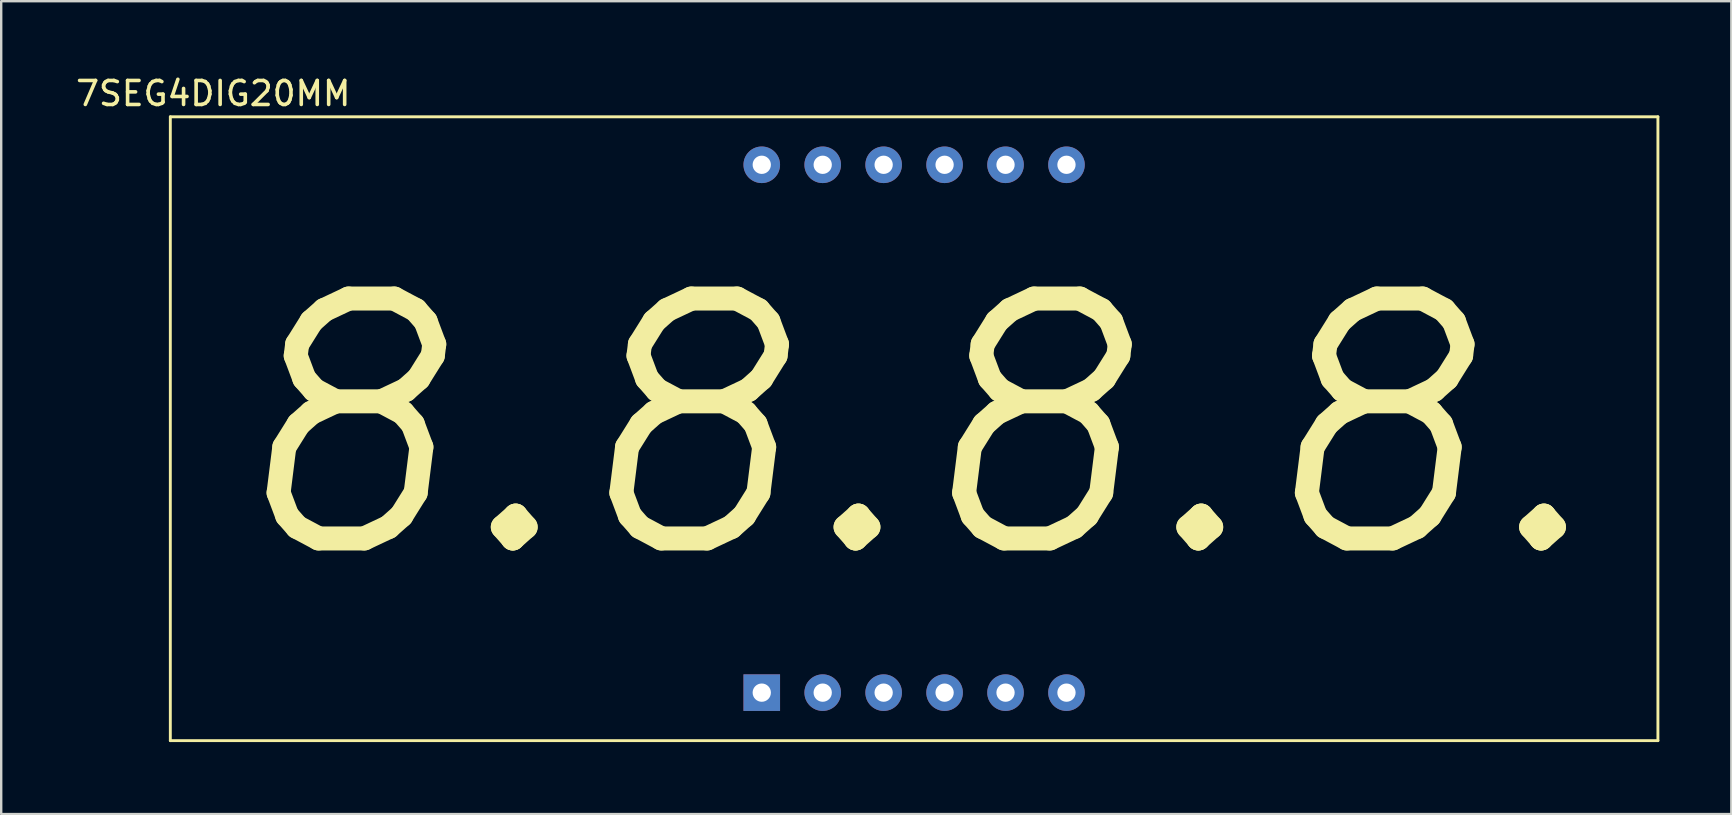
<source format=kicad_pcb>
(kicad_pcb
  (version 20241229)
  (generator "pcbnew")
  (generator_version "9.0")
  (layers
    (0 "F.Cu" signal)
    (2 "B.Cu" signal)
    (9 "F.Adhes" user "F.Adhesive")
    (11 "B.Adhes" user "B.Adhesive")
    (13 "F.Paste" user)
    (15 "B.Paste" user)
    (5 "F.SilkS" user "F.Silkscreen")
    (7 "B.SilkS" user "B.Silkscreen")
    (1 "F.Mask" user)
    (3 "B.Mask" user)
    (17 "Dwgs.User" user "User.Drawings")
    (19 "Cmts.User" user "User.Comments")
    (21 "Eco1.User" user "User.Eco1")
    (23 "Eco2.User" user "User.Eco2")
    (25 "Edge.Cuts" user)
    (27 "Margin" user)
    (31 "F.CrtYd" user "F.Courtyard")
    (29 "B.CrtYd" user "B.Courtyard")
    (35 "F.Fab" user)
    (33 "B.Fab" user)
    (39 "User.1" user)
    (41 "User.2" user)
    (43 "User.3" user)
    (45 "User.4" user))
  (footprint "7SEG4DIG20MM"
    (layer "F.Cu")
    (at 35.049 14.818)
    (property "Reference" "7SEG4DIG20MM" (at -29.21 -13.97 0) (layer "F.SilkS") (effects (font (size 1 1) (thickness 0.15))))
    (attr through_hole)
    (fp_line (start -31 -13) (end -31 13) (stroke (width 0.12) (type solid)) (layer "F.SilkS"))
    (fp_line (start -31 13) (end 31 13) (stroke (width 0.12) (type solid)) (layer "F.SilkS"))
    (fp_line (start 31 -13) (end -31 -13) (stroke (width 0.12) (type solid)) (layer "F.SilkS"))
    (fp_line (start 31 13) (end 31 -13) (stroke (width 0.12) (type solid)) (layer "F.SilkS"))
    (fp_text user "8.8.8.8." (at 0 0 0) (unlocked yes) (layer "F.SilkS") (effects (font (size 10 10) (thickness 1) (italic yes))))
    (pad "1" thru_hole rect (at -6.35 11) (size 1.524 1.524) (drill 0.762) (layers "*.Cu" "*.Mask"))
    (pad "2" thru_hole circle (at -3.81 11) (size 1.524 1.524) (drill 0.762) (layers "*.Cu" "*.Mask"))
    (pad "3" thru_hole circle (at -1.27 11) (size 1.524 1.524) (drill 0.762) (layers "*.Cu" "*.Mask"))
    (pad "4" thru_hole circle (at 1.27 11) (size 1.524 1.524) (drill 0.762) (layers "*.Cu" "*.Mask"))
    (pad "5" thru_hole circle (at 3.81 11) (size 1.524 1.524) (drill 0.762) (layers "*.Cu" "*.Mask"))
    (pad "6" thru_hole circle (at 6.35 11) (size 1.524 1.524) (drill 0.762) (layers "*.Cu" "*.Mask"))
    (pad "7" thru_hole circle (at 6.35 -11) (size 1.524 1.524) (drill 0.762) (layers "*.Cu" "*.Mask"))
    (pad "8" thru_hole circle (at 3.81 -11) (size 1.524 1.524) (drill 0.762) (layers "*.Cu" "*.Mask"))
    (pad "9" thru_hole circle (at 1.27 -11) (size 1.524 1.524) (drill 0.762) (layers "*.Cu" "*.Mask"))
    (pad "10" thru_hole circle (at -1.27 -11) (size 1.524 1.524) (drill 0.762) (layers "*.Cu" "*.Mask"))
    (pad "11" thru_hole circle (at -3.81 -11) (size 1.524 1.524) (drill 0.762) (layers "*.Cu" "*.Mask"))
    (pad "12" thru_hole circle (at -6.35 -11) (size 1.524 1.524) (drill 0.762) (layers "*.Cu" "*.Mask")))
  (gr_rect
    (start -3 -3)
    (end 69.109 30.878)
    (stroke (width 0.1) (type default))
    (fill no)
    (layer "Edge.Cuts")))
</source>
